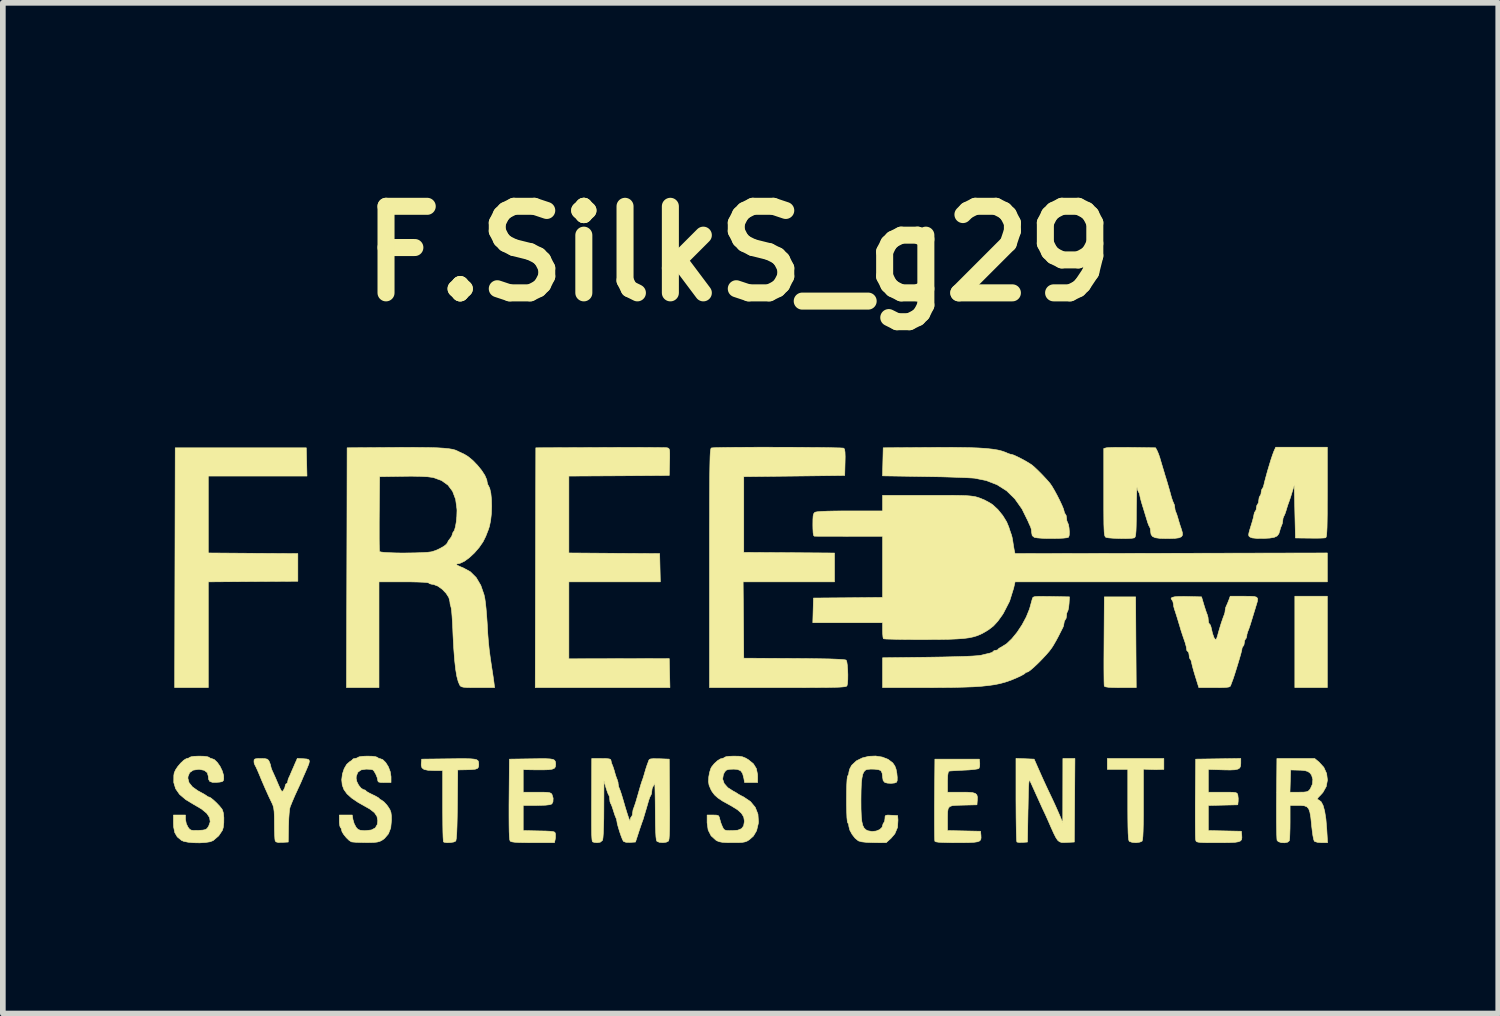
<source format=kicad_pcb>
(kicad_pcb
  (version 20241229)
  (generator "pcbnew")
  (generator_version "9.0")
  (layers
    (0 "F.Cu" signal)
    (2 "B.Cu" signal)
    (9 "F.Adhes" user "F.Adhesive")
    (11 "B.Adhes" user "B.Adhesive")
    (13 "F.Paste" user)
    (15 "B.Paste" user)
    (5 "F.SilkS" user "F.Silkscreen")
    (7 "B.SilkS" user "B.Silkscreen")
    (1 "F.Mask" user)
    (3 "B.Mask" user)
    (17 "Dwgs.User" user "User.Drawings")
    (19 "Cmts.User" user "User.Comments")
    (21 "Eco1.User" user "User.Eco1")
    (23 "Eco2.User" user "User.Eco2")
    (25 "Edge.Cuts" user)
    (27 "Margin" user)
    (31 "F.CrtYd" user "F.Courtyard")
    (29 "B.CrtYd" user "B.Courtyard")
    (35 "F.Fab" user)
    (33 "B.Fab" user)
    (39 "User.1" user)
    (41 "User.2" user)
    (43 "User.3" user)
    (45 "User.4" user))
  (footprint "F.SilkS_g29"
    (layer "F.Cu")
    (at 9.953 1.418)
    (property "Reference" "F.SilkS_g29" (at 0 0 0) (layer "F.SilkS") (effects (font (size 1.524 1.524) (thickness 0.3))))
    (attr through_hole)
    (fp_poly (pts (xy 10.372 7.641) (xy 9.8 7.641) (xy 9.8 6.032) (xy 10.372 6.032) (xy 10.372 7.641)) (stroke (width 0.01) (type solid)) (fill yes) (layer "F.SilkS"))
    (fp_poly (pts (xy -7.603 3.667) (xy -7.597 3.916) (xy -9.335 3.916) (xy -9.335 5.27) (xy -8.546 5.276) (xy -7.758 5.281) (xy -7.758 5.768) (xy -8.546 5.773) (xy -9.335 5.779) (xy -9.335 7.641) (xy -9.927 7.641) (xy -9.917 3.418) (xy -7.609 3.418) (xy -7.603 3.667)) (stroke (width 0.01) (type solid)) (fill yes) (layer "F.SilkS"))
    (fp_poly (pts (xy 7.001 6.842) (xy 7.007 7.641) (xy 6.731 7.641) (xy 6.607 7.64) (xy 6.522 7.636) (xy 6.469 7.628) (xy 6.446 7.617) (xy 6.444 7.615) (xy 6.442 7.588) (xy 6.44 7.524) (xy 6.439 7.427) (xy 6.438 7.303) (xy 6.438 7.156) (xy 6.439 6.992) (xy 6.44 6.816) (xy 6.445 6.043) (xy 6.996 6.043) (xy 7.001 6.842)) (stroke (width 0.01) (type solid)) (fill yes) (layer "F.SilkS"))
    (fp_poly (pts (xy 7.493 9.081) (xy 7.414 9.084) (xy 7.341 9.085) (xy 7.257 9.083) (xy 7.234 9.082) (xy 7.133 9.077) (xy 7.133 9.699) (xy 7.133 9.894) (xy 7.131 10.05) (xy 7.128 10.17) (xy 7.124 10.257) (xy 7.118 10.313) (xy 7.111 10.342) (xy 7.108 10.346) (xy 7.072 10.362) (xy 7.013 10.371) (xy 6.996 10.372) (xy 6.934 10.366) (xy 6.89 10.351) (xy 6.883 10.346) (xy 6.875 10.325) (xy 6.869 10.278) (xy 6.864 10.202) (xy 6.861 10.093) (xy 6.859 9.949) (xy 6.858 9.767) (xy 6.858 9.701) (xy 6.858 9.081) (xy 6.498 9.081) (xy 6.498 8.89) (xy 7.493 8.89) (xy 7.493 9.081)) (stroke (width 0.01) (type solid)) (fill yes) (layer "F.SilkS"))
    (fp_poly (pts (xy -1.824 3.411) (xy -1.656 3.412) (xy -1.511 3.413) (xy -1.394 3.414) (xy -1.31 3.415) (xy -1.262 3.417) (xy -1.253 3.418) (xy -1.233 3.425) (xy -1.219 3.439) (xy -1.211 3.466) (xy -1.209 3.516) (xy -1.209 3.595) (xy -1.211 3.668) (xy -1.217 3.905) (xy -2.101 3.911) (xy -2.985 3.916) (xy -2.985 5.27) (xy -2.185 5.276) (xy -1.386 5.281) (xy -1.38 5.53) (xy -1.374 5.779) (xy -2.985 5.779) (xy -2.985 7.134) (xy -2.101 7.132) (xy -1.217 7.13) (xy -1.211 7.386) (xy -1.205 7.641) (xy -3.577 7.641) (xy -3.567 3.418) (xy -2.434 3.413) (xy -2.218 3.412) (xy -2.013 3.411) (xy -1.824 3.411)) (stroke (width 0.01) (type solid)) (fill yes) (layer "F.SilkS"))
    (fp_poly (pts (xy -4.716 8.895) (xy -4.652 8.901) (xy -4.61 8.911) (xy -4.587 8.926) (xy -4.576 8.948) (xy -4.573 8.978) (xy -4.572 9.002) (xy -4.576 9.039) (xy -4.594 9.064) (xy -4.633 9.078) (xy -4.701 9.085) (xy -4.79 9.088) (xy -4.942 9.091) (xy -4.948 9.703) (xy -4.951 9.915) (xy -4.955 10.084) (xy -4.96 10.211) (xy -4.967 10.296) (xy -4.975 10.339) (xy -4.977 10.343) (xy -5.011 10.36) (xy -5.067 10.369) (xy -5.129 10.372) (xy -5.178 10.365) (xy -5.193 10.358) (xy -5.196 10.334) (xy -5.2 10.273) (xy -5.203 10.18) (xy -5.205 10.062) (xy -5.206 9.922) (xy -5.207 9.767) (xy -5.207 9.723) (xy -5.207 9.102) (xy -5.362 9.102) (xy -5.466 9.097) (xy -5.534 9.083) (xy -5.572 9.054) (xy -5.585 9.008) (xy -5.584 8.974) (xy -5.577 8.901) (xy -5.092 8.895) (xy -4.931 8.893) (xy -4.807 8.893) (xy -4.716 8.895)) (stroke (width 0.01) (type solid)) (fill yes) (layer "F.SilkS"))
    (fp_poly (pts (xy 8.848 8.975) (xy 8.844 9.022) (xy 8.83 9.055) (xy 8.798 9.076) (xy 8.744 9.088) (xy 8.66 9.092) (xy 8.542 9.09) (xy 8.514 9.089) (xy 8.276 9.082) (xy 8.276 9.483) (xy 8.53 9.483) (xy 8.637 9.483) (xy 8.709 9.485) (xy 8.754 9.49) (xy 8.778 9.499) (xy 8.79 9.514) (xy 8.796 9.533) (xy 8.803 9.593) (xy 8.802 9.644) (xy 8.795 9.705) (xy 8.535 9.711) (xy 8.276 9.717) (xy 8.276 10.159) (xy 8.567 10.165) (xy 8.858 10.171) (xy 8.865 10.241) (xy 8.867 10.285) (xy 8.862 10.318) (xy 8.843 10.341) (xy 8.806 10.356) (xy 8.745 10.366) (xy 8.655 10.37) (xy 8.53 10.372) (xy 8.443 10.372) (xy 8.309 10.372) (xy 8.21 10.371) (xy 8.142 10.368) (xy 8.099 10.363) (xy 8.073 10.356) (xy 8.061 10.345) (xy 8.055 10.329) (xy 8.054 10.324) (xy 8.051 10.292) (xy 8.049 10.223) (xy 8.048 10.122) (xy 8.047 9.996) (xy 8.047 9.848) (xy 8.047 9.686) (xy 8.048 9.588) (xy 8.054 8.901) (xy 8.451 8.895) (xy 8.848 8.889) (xy 8.848 8.975)) (stroke (width 0.01) (type solid)) (fill yes) (layer "F.SilkS"))
    (fp_poly (pts (xy 5.049 8.894) (xy 5.209 8.901) (xy 5.293 9.091) (xy 5.335 9.186) (xy 5.371 9.266) (xy 5.406 9.342) (xy 5.445 9.426) (xy 5.494 9.529) (xy 5.533 9.611) (xy 5.577 9.706) (xy 5.622 9.807) (xy 5.659 9.892) (xy 5.661 9.896) (xy 5.713 10.022) (xy 5.714 9.456) (xy 5.715 8.89) (xy 5.927 8.89) (xy 5.922 9.626) (xy 5.916 10.361) (xy 5.793 10.367) (xy 5.734 10.37) (xy 5.69 10.368) (xy 5.654 10.355) (xy 5.622 10.328) (xy 5.591 10.281) (xy 5.554 10.208) (xy 5.508 10.106) (xy 5.467 10.012) (xy 5.443 9.958) (xy 5.408 9.88) (xy 5.367 9.793) (xy 5.355 9.768) (xy 5.142 9.297) (xy 5.133 9.28) (xy 5.125 9.276) (xy 5.12 9.291) (xy 5.115 9.327) (xy 5.111 9.39) (xy 5.108 9.482) (xy 5.105 9.609) (xy 5.102 9.773) (xy 5.101 9.794) (xy 5.091 10.361) (xy 5.005 10.367) (xy 4.948 10.368) (xy 4.91 10.362) (xy 4.905 10.359) (xy 4.901 10.335) (xy 4.898 10.273) (xy 4.895 10.179) (xy 4.893 10.058) (xy 4.891 9.915) (xy 4.89 9.753) (xy 4.889 9.616) (xy 4.889 8.888) (xy 5.049 8.894)) (stroke (width 0.01) (type solid)) (fill yes) (layer "F.SilkS"))
    (fp_poly (pts (xy -3.391 8.893) (xy -3.316 8.897) (xy -3.266 8.905) (xy -3.237 8.92) (xy -3.223 8.943) (xy -3.218 8.974) (xy -3.218 9.002) (xy -3.223 9.037) (xy -3.241 9.062) (xy -3.28 9.078) (xy -3.345 9.087) (xy -3.441 9.09) (xy -3.551 9.09) (xy -3.789 9.086) (xy -3.789 9.483) (xy -3.546 9.483) (xy -3.44 9.483) (xy -3.369 9.486) (xy -3.325 9.492) (xy -3.299 9.503) (xy -3.284 9.519) (xy -3.282 9.524) (xy -3.262 9.588) (xy -3.265 9.651) (xy -3.285 9.69) (xy -3.321 9.703) (xy -3.399 9.712) (xy -3.517 9.715) (xy -3.55 9.716) (xy -3.789 9.716) (xy -3.789 10.159) (xy -3.508 10.165) (xy -3.395 10.167) (xy -3.317 10.171) (xy -3.267 10.176) (xy -3.24 10.184) (xy -3.227 10.197) (xy -3.222 10.216) (xy -3.221 10.22) (xy -3.221 10.282) (xy -3.227 10.321) (xy -3.239 10.372) (xy -3.617 10.372) (xy -3.761 10.371) (xy -3.867 10.369) (xy -3.941 10.364) (xy -3.989 10.357) (xy -4.014 10.347) (xy -4.019 10.343) (xy -4.027 10.319) (xy -4.032 10.265) (xy -4.036 10.18) (xy -4.038 10.06) (xy -4.039 9.903) (xy -4.039 9.707) (xy -4.038 9.607) (xy -4.032 8.901) (xy -3.642 8.895) (xy -3.498 8.893) (xy -3.391 8.893)) (stroke (width 0.01) (type solid)) (fill yes) (layer "F.SilkS"))
    (fp_poly (pts (xy 4.251 8.972) (xy 4.25 9.027) (xy 4.237 9.064) (xy 4.236 9.065) (xy 4.207 9.074) (xy 4.146 9.083) (xy 4.061 9.091) (xy 3.975 9.095) (xy 3.877 9.1) (xy 3.793 9.105) (xy 3.734 9.109) (xy 3.709 9.113) (xy 3.695 9.135) (xy 3.686 9.192) (xy 3.683 9.287) (xy 3.683 9.302) (xy 3.683 9.483) (xy 3.924 9.483) (xy 4.041 9.484) (xy 4.122 9.49) (xy 4.173 9.505) (xy 4.2 9.53) (xy 4.21 9.57) (xy 4.208 9.624) (xy 4.202 9.705) (xy 3.955 9.711) (xy 3.844 9.714) (xy 3.768 9.72) (xy 3.721 9.737) (xy 3.695 9.771) (xy 3.685 9.829) (xy 3.683 9.918) (xy 3.683 9.985) (xy 3.683 10.159) (xy 3.974 10.165) (xy 4.265 10.171) (xy 4.272 10.241) (xy 4.274 10.285) (xy 4.269 10.317) (xy 4.25 10.341) (xy 4.213 10.356) (xy 4.152 10.365) (xy 4.062 10.37) (xy 3.938 10.372) (xy 3.849 10.372) (xy 3.704 10.371) (xy 3.597 10.368) (xy 3.524 10.364) (xy 3.48 10.357) (xy 3.461 10.347) (xy 3.46 10.345) (xy 3.458 10.318) (xy 3.456 10.254) (xy 3.455 10.158) (xy 3.454 10.035) (xy 3.454 9.89) (xy 3.454 9.729) (xy 3.455 9.61) (xy 3.461 8.901) (xy 4.244 8.901) (xy 4.251 8.972)) (stroke (width 0.01) (type solid)) (fill yes) (layer "F.SilkS"))
    (fp_poly (pts (xy 10.226 8.953) (xy 10.311 9.046) (xy 10.36 9.155) (xy 10.374 9.27) (xy 10.353 9.383) (xy 10.295 9.487) (xy 10.262 9.524) (xy 10.216 9.571) (xy 10.197 9.598) (xy 10.204 9.613) (xy 10.219 9.619) (xy 10.262 9.65) (xy 10.297 9.715) (xy 10.325 9.816) (xy 10.347 9.955) (xy 10.362 10.134) (xy 10.376 10.372) (xy 10.271 10.372) (xy 10.199 10.366) (xy 10.151 10.351) (xy 10.142 10.343) (xy 10.131 10.312) (xy 10.118 10.248) (xy 10.106 10.16) (xy 10.094 10.058) (xy 10.094 10.052) (xy 10.081 9.926) (xy 10.065 9.836) (xy 10.044 9.776) (xy 10.012 9.74) (xy 9.965 9.722) (xy 9.899 9.716) (xy 9.851 9.716) (xy 9.716 9.716) (xy 9.716 10.01) (xy 9.715 10.12) (xy 9.712 10.216) (xy 9.709 10.29) (xy 9.704 10.333) (xy 9.703 10.338) (xy 9.673 10.363) (xy 9.62 10.374) (xy 9.561 10.371) (xy 9.51 10.354) (xy 9.487 10.331) (xy 9.484 10.3) (xy 9.481 10.233) (xy 9.479 10.134) (xy 9.477 10.008) (xy 9.477 9.861) (xy 9.477 9.699) (xy 9.478 9.59) (xy 9.479 9.483) (xy 9.714 9.483) (xy 9.872 9.483) (xy 9.954 9.482) (xy 10.005 9.476) (xy 10.037 9.463) (xy 10.062 9.438) (xy 10.074 9.421) (xy 10.11 9.341) (xy 10.117 9.257) (xy 10.094 9.181) (xy 10.067 9.146) (xy 10.03 9.119) (xy 9.982 9.104) (xy 9.91 9.096) (xy 9.871 9.095) (xy 9.726 9.091) (xy 9.714 9.483) (xy 9.479 9.483) (xy 9.484 8.89) (xy 10.15 8.89) (xy 10.226 8.953)) (stroke (width 0.01) (type solid)) (fill yes) (layer "F.SilkS"))
    (fp_poly (pts (xy 3.871 3.412) (xy 4.065 3.415) (xy 4.227 3.421) (xy 4.363 3.43) (xy 4.475 3.442) (xy 4.568 3.457) (xy 4.644 3.476) (xy 4.709 3.499) (xy 4.746 3.516) (xy 4.793 3.532) (xy 4.813 3.535) (xy 4.846 3.545) (xy 4.904 3.571) (xy 4.976 3.607) (xy 5.052 3.648) (xy 5.12 3.688) (xy 5.17 3.721) (xy 5.173 3.723) (xy 5.221 3.765) (xy 5.287 3.828) (xy 5.36 3.902) (xy 5.428 3.975) (xy 5.483 4.038) (xy 5.488 4.044) (xy 5.523 4.095) (xy 5.566 4.168) (xy 5.613 4.254) (xy 5.658 4.343) (xy 5.697 4.426) (xy 5.725 4.493) (xy 5.736 4.533) (xy 5.736 4.535) (xy 5.748 4.573) (xy 5.757 4.583) (xy 5.773 4.611) (xy 5.779 4.654) (xy 5.785 4.704) (xy 5.797 4.732) (xy 5.813 4.769) (xy 5.824 4.83) (xy 5.829 4.898) (xy 5.827 4.957) (xy 5.816 4.992) (xy 5.815 4.992) (xy 5.785 5.002) (xy 5.723 5.009) (xy 5.637 5.013) (xy 5.54 5.015) (xy 5.439 5.015) (xy 5.345 5.011) (xy 5.268 5.005) (xy 5.218 4.997) (xy 5.212 4.995) (xy 5.175 4.965) (xy 5.165 4.911) (xy 5.159 4.852) (xy 5.146 4.81) (xy 5.124 4.764) (xy 5.101 4.71) (xy 4.995 4.495) (xy 4.869 4.317) (xy 4.724 4.175) (xy 4.555 4.068) (xy 4.363 3.994) (xy 4.159 3.953) (xy 4.103 3.949) (xy 4.01 3.944) (xy 3.887 3.939) (xy 3.741 3.934) (xy 3.576 3.929) (xy 3.401 3.926) (xy 3.275 3.924) (xy 2.539 3.912) (xy 2.551 3.418) (xy 3.376 3.412) (xy 3.643 3.411) (xy 3.871 3.412)) (stroke (width 0.01) (type solid)) (fill yes) (layer "F.SilkS"))
    (fp_poly (pts (xy 10.372 4.199) (xy 10.371 4.409) (xy 10.371 4.58) (xy 10.369 4.716) (xy 10.367 4.821) (xy 10.363 4.898) (xy 10.359 4.951) (xy 10.353 4.984) (xy 10.346 4.999) (xy 10.343 5.002) (xy 10.311 5.006) (xy 10.247 5.009) (xy 10.159 5.01) (xy 10.062 5.009) (xy 9.811 5.006) (xy 9.8 4.541) (xy 9.79 4.076) (xy 9.751 4.202) (xy 9.728 4.277) (xy 9.707 4.34) (xy 9.696 4.371) (xy 9.679 4.417) (xy 9.658 4.483) (xy 9.651 4.508) (xy 9.631 4.57) (xy 9.612 4.614) (xy 9.606 4.624) (xy 9.592 4.66) (xy 9.588 4.693) (xy 9.58 4.749) (xy 9.569 4.779) (xy 9.549 4.827) (xy 9.536 4.874) (xy 9.518 4.932) (xy 9.487 4.971) (xy 9.436 4.995) (xy 9.358 5.008) (xy 9.248 5.014) (xy 9.129 5.013) (xy 9.05 5.005) (xy 9.011 4.99) (xy 8.993 4.975) (xy 8.986 4.954) (xy 8.991 4.918) (xy 9.007 4.858) (xy 9.027 4.794) (xy 9.052 4.712) (xy 9.071 4.642) (xy 9.08 4.596) (xy 9.081 4.589) (xy 9.092 4.551) (xy 9.102 4.54) (xy 9.118 4.511) (xy 9.123 4.477) (xy 9.131 4.432) (xy 9.144 4.413) (xy 9.159 4.385) (xy 9.165 4.339) (xy 9.172 4.291) (xy 9.186 4.265) (xy 9.203 4.236) (xy 9.207 4.202) (xy 9.215 4.158) (xy 9.226 4.14) (xy 9.243 4.112) (xy 9.255 4.07) (xy 9.269 4.01) (xy 9.292 3.924) (xy 9.32 3.822) (xy 9.352 3.716) (xy 9.382 3.617) (xy 9.41 3.535) (xy 9.43 3.481) (xy 9.432 3.477) (xy 9.463 3.408) (xy 10.372 3.408) (xy 10.372 4.199)) (stroke (width 0.01) (type solid)) (fill yes) (layer "F.SilkS"))
    (fp_poly (pts (xy 0.725 3.409) (xy 0.917 3.409) (xy 1.104 3.41) (xy 1.281 3.412) (xy 1.443 3.413) (xy 1.584 3.415) (xy 1.702 3.418) (xy 1.789 3.42) (xy 1.843 3.423) (xy 1.858 3.426) (xy 1.871 3.447) (xy 1.878 3.494) (xy 1.881 3.574) (xy 1.879 3.674) (xy 1.873 3.905) (xy 0.984 3.916) (xy 0.095 3.926) (xy 0.095 5.26) (xy 0.894 5.265) (xy 1.693 5.271) (xy 1.693 5.779) (xy 0.084 5.779) (xy 0.09 6.451) (xy 0.095 7.123) (xy 0.982 7.128) (xy 1.231 7.13) (xy 1.438 7.133) (xy 1.605 7.136) (xy 1.734 7.141) (xy 1.825 7.146) (xy 1.879 7.152) (xy 1.898 7.157) (xy 1.91 7.187) (xy 1.919 7.248) (xy 1.925 7.328) (xy 1.928 7.416) (xy 1.927 7.5) (xy 1.922 7.569) (xy 1.913 7.608) (xy 1.907 7.615) (xy 1.893 7.621) (xy 1.867 7.626) (xy 1.826 7.63) (xy 1.768 7.634) (xy 1.688 7.636) (xy 1.584 7.638) (xy 1.452 7.639) (xy 1.289 7.64) (xy 1.093 7.641) (xy 0.859 7.641) (xy 0.696 7.641) (xy -0.508 7.641) (xy -0.508 5.537) (xy -0.508 5.19) (xy -0.508 4.883) (xy -0.507 4.614) (xy -0.507 4.379) (xy -0.506 4.177) (xy -0.505 4.006) (xy -0.504 3.862) (xy -0.502 3.743) (xy -0.5 3.648) (xy -0.498 3.573) (xy -0.495 3.516) (xy -0.491 3.475) (xy -0.487 3.448) (xy -0.483 3.431) (xy -0.477 3.422) (xy -0.475 3.421) (xy -0.446 3.418) (xy -0.38 3.415) (xy -0.281 3.413) (xy -0.155 3.411) (xy -0.006 3.41) (xy 0.161 3.409) (xy 0.342 3.408) (xy 0.531 3.408) (xy 0.725 3.409)) (stroke (width 0.01) (type solid)) (fill yes) (layer "F.SilkS"))
    (fp_poly (pts (xy 5.421 6.036) (xy 5.51 6.037) (xy 5.831 6.043) (xy 5.824 6.16) (xy 5.817 6.228) (xy 5.806 6.279) (xy 5.798 6.296) (xy 5.783 6.331) (xy 5.779 6.374) (xy 5.772 6.421) (xy 5.757 6.445) (xy 5.74 6.475) (xy 5.736 6.5) (xy 5.726 6.555) (xy 5.717 6.578) (xy 5.698 6.616) (xy 5.667 6.677) (xy 5.64 6.731) (xy 5.595 6.815) (xy 5.545 6.901) (xy 5.518 6.943) (xy 5.477 6.998) (xy 5.418 7.066) (xy 5.349 7.14) (xy 5.277 7.213) (xy 5.207 7.279) (xy 5.148 7.33) (xy 5.106 7.361) (xy 5.092 7.366) (xy 5.061 7.376) (xy 5.055 7.383) (xy 5.031 7.403) (xy 4.977 7.433) (xy 4.904 7.467) (xy 4.821 7.502) (xy 4.74 7.532) (xy 4.699 7.545) (xy 4.611 7.569) (xy 4.515 7.589) (xy 4.408 7.604) (xy 4.286 7.617) (xy 4.142 7.627) (xy 3.974 7.633) (xy 3.776 7.638) (xy 3.544 7.64) (xy 3.339 7.641) (xy 2.54 7.641) (xy 2.54 7.116) (xy 3.36 7.106) (xy 3.601 7.102) (xy 3.808 7.097) (xy 3.98 7.092) (xy 4.116 7.086) (xy 4.213 7.079) (xy 4.27 7.072) (xy 4.276 7.071) (xy 4.348 7.053) (xy 4.413 7.038) (xy 4.429 7.034) (xy 4.471 7.02) (xy 4.487 7.004) (xy 4.505 6.989) (xy 4.53 6.985) (xy 4.564 6.978) (xy 4.572 6.969) (xy 4.589 6.95) (xy 4.631 6.927) (xy 4.635 6.925) (xy 4.724 6.869) (xy 4.817 6.78) (xy 4.91 6.666) (xy 4.996 6.536) (xy 5.07 6.398) (xy 5.126 6.26) (xy 5.14 6.212) (xy 5.158 6.145) (xy 5.174 6.088) (xy 5.176 6.08) (xy 5.182 6.061) (xy 5.194 6.048) (xy 5.217 6.04) (xy 5.258 6.036) (xy 5.324 6.035) (xy 5.421 6.036)) (stroke (width 0.01) (type solid)) (fill yes) (layer "F.SilkS"))
    (fp_poly (pts (xy -7.656 8.894) (xy -7.598 8.899) (xy -7.564 8.911) (xy -7.554 8.937) (xy -7.564 8.984) (xy -7.595 9.06) (xy -7.612 9.099) (xy -7.643 9.17) (xy -7.67 9.231) (xy -7.682 9.26) (xy -7.699 9.3) (xy -7.728 9.364) (xy -7.764 9.441) (xy -7.768 9.451) (xy -7.804 9.528) (xy -7.833 9.595) (xy -7.851 9.638) (xy -7.853 9.641) (xy -7.874 9.694) (xy -7.892 9.737) (xy -7.902 9.777) (xy -7.91 9.85) (xy -7.917 9.946) (xy -7.921 10.055) (xy -7.922 10.075) (xy -7.927 10.361) (xy -8.035 10.367) (xy -8.104 10.368) (xy -8.142 10.358) (xy -8.157 10.339) (xy -8.162 10.306) (xy -8.166 10.239) (xy -8.169 10.149) (xy -8.17 10.044) (xy -8.17 10.033) (xy -8.171 9.913) (xy -8.175 9.826) (xy -8.183 9.763) (xy -8.196 9.715) (xy -8.211 9.68) (xy -8.268 9.561) (xy -8.332 9.419) (xy -8.396 9.271) (xy -8.435 9.176) (xy -8.467 9.101) (xy -8.494 9.042) (xy -8.511 9.009) (xy -8.513 9.007) (xy -8.527 8.972) (xy -8.53 8.939) (xy -8.527 8.911) (xy -8.51 8.897) (xy -8.469 8.891) (xy -8.408 8.89) (xy -8.338 8.892) (xy -8.298 8.901) (xy -8.274 8.921) (xy -8.26 8.947) (xy -8.241 8.996) (xy -8.234 9.029) (xy -8.225 9.064) (xy -8.205 9.114) (xy -8.204 9.114) (xy -8.176 9.176) (xy -8.144 9.247) (xy -8.141 9.255) (xy -8.099 9.353) (xy -8.07 9.418) (xy -8.05 9.455) (xy -8.037 9.469) (xy -8.026 9.466) (xy -8.014 9.451) (xy -8.01 9.447) (xy -7.986 9.4) (xy -7.981 9.372) (xy -7.97 9.34) (xy -7.959 9.335) (xy -7.94 9.317) (xy -7.938 9.302) (xy -7.928 9.256) (xy -7.919 9.234) (xy -7.896 9.185) (xy -7.879 9.144) (xy -7.857 9.093) (xy -7.827 9.025) (xy -7.812 8.989) (xy -7.767 8.888) (xy -7.656 8.894)) (stroke (width 0.01) (type solid)) (fill yes) (layer "F.SilkS"))
    (fp_poly (pts (xy 2.533 8.864) (xy 2.636 8.904) (xy 2.718 8.966) (xy 2.756 9.021) (xy 2.777 9.077) (xy 2.791 9.149) (xy 2.798 9.221) (xy 2.797 9.279) (xy 2.786 9.307) (xy 2.751 9.321) (xy 2.693 9.327) (xy 2.63 9.324) (xy 2.583 9.313) (xy 2.58 9.312) (xy 2.55 9.278) (xy 2.54 9.216) (xy 2.54 9.209) (xy 2.532 9.147) (xy 2.511 9.105) (xy 2.508 9.102) (xy 2.469 9.087) (xy 2.404 9.078) (xy 2.333 9.076) (xy 2.271 9.082) (xy 2.243 9.091) (xy 2.214 9.119) (xy 2.192 9.163) (xy 2.177 9.231) (xy 2.166 9.325) (xy 2.161 9.452) (xy 2.159 9.616) (xy 2.159 9.62) (xy 2.16 9.782) (xy 2.165 9.908) (xy 2.175 10.001) (xy 2.191 10.068) (xy 2.214 10.114) (xy 2.245 10.144) (xy 2.279 10.162) (xy 2.353 10.175) (xy 2.427 10.167) (xy 2.49 10.141) (xy 2.531 10.101) (xy 2.54 10.068) (xy 2.552 10.031) (xy 2.561 10.022) (xy 2.576 9.994) (xy 2.582 9.946) (xy 2.584 9.909) (xy 2.597 9.891) (xy 2.631 9.886) (xy 2.693 9.889) (xy 2.805 9.895) (xy 2.811 9.973) (xy 2.803 10.103) (xy 2.756 10.215) (xy 2.688 10.295) (xy 2.603 10.372) (xy 2.386 10.371) (xy 2.261 10.367) (xy 2.172 10.357) (xy 2.116 10.341) (xy 2.111 10.338) (xy 2.056 10.293) (xy 2.004 10.227) (xy 1.964 10.154) (xy 1.947 10.091) (xy 1.947 10.088) (xy 1.94 10.043) (xy 1.926 10.022) (xy 1.919 9.997) (xy 1.912 9.933) (xy 1.908 9.835) (xy 1.905 9.708) (xy 1.905 9.61) (xy 1.906 9.465) (xy 1.909 9.347) (xy 1.914 9.261) (xy 1.921 9.209) (xy 1.926 9.197) (xy 1.942 9.168) (xy 1.947 9.129) (xy 1.96 9.076) (xy 1.991 9.017) (xy 1.999 9.006) (xy 2.079 8.931) (xy 2.181 8.88) (xy 2.297 8.851) (xy 2.417 8.846) (xy 2.533 8.864)) (stroke (width 0.01) (type solid)) (fill yes) (layer "F.SilkS"))
    (fp_poly (pts (xy 3.527 4.255) (xy 3.694 4.255) (xy 3.828 4.256) (xy 3.933 4.258) (xy 4.016 4.261) (xy 4.08 4.266) (xy 4.13 4.272) (xy 4.172 4.279) (xy 4.209 4.289) (xy 4.24 4.299) (xy 4.332 4.336) (xy 4.425 4.386) (xy 4.479 4.421) (xy 4.57 4.505) (xy 4.656 4.611) (xy 4.725 4.723) (xy 4.763 4.815) (xy 4.784 4.88) (xy 4.803 4.934) (xy 4.806 4.942) (xy 4.82 4.991) (xy 4.832 5.057) (xy 4.834 5.069) (xy 4.845 5.143) (xy 4.857 5.211) (xy 4.858 5.218) (xy 4.872 5.281) (xy 7.622 5.276) (xy 10.372 5.27) (xy 10.372 5.779) (xy 4.873 5.779) (xy 4.848 5.89) (xy 4.776 6.121) (xy 4.668 6.331) (xy 4.649 6.361) (xy 4.569 6.472) (xy 4.493 6.555) (xy 4.408 6.621) (xy 4.327 6.67) (xy 4.266 6.702) (xy 4.203 6.728) (xy 4.136 6.748) (xy 4.059 6.764) (xy 3.966 6.776) (xy 3.853 6.784) (xy 3.714 6.79) (xy 3.545 6.793) (xy 3.341 6.794) (xy 3.247 6.794) (xy 3.082 6.794) (xy 2.93 6.793) (xy 2.797 6.791) (xy 2.688 6.788) (xy 2.608 6.786) (xy 2.563 6.782) (xy 2.554 6.78) (xy 2.547 6.753) (xy 2.542 6.697) (xy 2.54 6.632) (xy 2.54 6.498) (xy 1.311 6.498) (xy 1.317 6.281) (xy 1.323 6.064) (xy 1.931 6.059) (xy 2.54 6.053) (xy 2.54 4.977) (xy 1.953 4.977) (xy 1.798 4.976) (xy 1.657 4.976) (xy 1.535 4.976) (xy 1.438 4.976) (xy 1.371 4.975) (xy 1.34 4.975) (xy 1.339 4.975) (xy 1.325 4.961) (xy 1.317 4.917) (xy 1.313 4.839) (xy 1.312 4.774) (xy 1.313 4.679) (xy 1.317 4.617) (xy 1.326 4.581) (xy 1.341 4.56) (xy 1.353 4.552) (xy 1.388 4.545) (xy 1.461 4.539) (xy 1.571 4.534) (xy 1.713 4.531) (xy 1.883 4.53) (xy 1.967 4.53) (xy 2.54 4.53) (xy 2.54 4.255) (xy 3.323 4.255) (xy 3.527 4.255)) (stroke (width 0.01) (type solid)) (fill yes) (layer "F.SilkS"))
    (fp_poly (pts (xy 0.011 8.85) (xy 0.073 8.86) (xy 0.127 8.882) (xy 0.175 8.91) (xy 0.264 8.982) (xy 0.317 9.067) (xy 0.338 9.172) (xy 0.339 9.206) (xy 0.339 9.313) (xy 0.11 9.313) (xy 0.096 9.234) (xy 0.074 9.152) (xy 0.039 9.104) (xy -0.02 9.081) (xy -0.081 9.077) (xy -0.16 9.08) (xy -0.209 9.093) (xy -0.24 9.124) (xy -0.264 9.172) (xy -0.277 9.251) (xy -0.25 9.33) (xy -0.186 9.403) (xy -0.095 9.461) (xy -0.049 9.486) (xy -0.022 9.503) (xy -0.021 9.504) (xy 0.002 9.519) (xy 0.051 9.546) (xy 0.091 9.566) (xy 0.212 9.647) (xy 0.297 9.749) (xy 0.345 9.87) (xy 0.354 10.005) (xy 0.351 10.035) (xy 0.321 10.161) (xy 0.265 10.256) (xy 0.194 10.319) (xy 0.156 10.343) (xy 0.117 10.358) (xy 0.067 10.367) (xy -0.004 10.371) (xy -0.105 10.371) (xy -0.211 10.37) (xy -0.285 10.365) (xy -0.337 10.355) (xy -0.377 10.339) (xy -0.395 10.328) (xy -0.48 10.251) (xy -0.532 10.149) (xy -0.55 10.021) (xy -0.55 10.011) (xy -0.55 9.885) (xy -0.446 9.885) (xy -0.384 9.887) (xy -0.351 9.897) (xy -0.335 9.923) (xy -0.328 9.954) (xy -0.308 10.024) (xy -0.281 10.091) (xy -0.262 10.128) (xy -0.24 10.149) (xy -0.203 10.158) (xy -0.139 10.16) (xy -0.111 10.16) (xy -0.01 10.152) (xy 0.056 10.125) (xy 0.093 10.076) (xy 0.106 10) (xy 0.106 9.988) (xy 0.094 9.918) (xy 0.054 9.854) (xy -0.016 9.791) (xy -0.123 9.725) (xy -0.159 9.705) (xy -0.275 9.641) (xy -0.359 9.585) (xy -0.419 9.531) (xy -0.463 9.473) (xy -0.487 9.429) (xy -0.516 9.359) (xy -0.526 9.295) (xy -0.521 9.214) (xy -0.521 9.212) (xy -0.507 9.135) (xy -0.486 9.068) (xy -0.473 9.041) (xy -0.424 8.98) (xy -0.367 8.928) (xy -0.315 8.896) (xy -0.292 8.891) (xy -0.254 8.879) (xy -0.243 8.869) (xy -0.217 8.858) (xy -0.161 8.851) (xy -0.085 8.848) (xy -0.077 8.848) (xy 0.011 8.85)) (stroke (width 0.01) (type solid)) (fill yes) (layer "F.SilkS"))
    (fp_poly (pts (xy 6.933 3.412) (xy 6.939 3.412) (xy 7.348 3.418) (xy 7.376 3.471) (xy 7.4 3.527) (xy 7.424 3.597) (xy 7.427 3.609) (xy 7.444 3.667) (xy 7.469 3.751) (xy 7.498 3.847) (xy 7.512 3.895) (xy 7.545 4.001) (xy 7.577 4.11) (xy 7.604 4.205) (xy 7.611 4.233) (xy 7.632 4.306) (xy 7.652 4.363) (xy 7.665 4.391) (xy 7.68 4.427) (xy 7.684 4.46) (xy 7.692 4.516) (xy 7.703 4.546) (xy 7.72 4.588) (xy 7.74 4.652) (xy 7.747 4.678) (xy 7.767 4.745) (xy 7.785 4.802) (xy 7.79 4.815) (xy 7.808 4.87) (xy 7.82 4.915) (xy 7.821 4.956) (xy 7.803 4.984) (xy 7.76 5.003) (xy 7.686 5.013) (xy 7.576 5.016) (xy 7.54 5.016) (xy 7.424 5.013) (xy 7.344 5.002) (xy 7.294 4.98) (xy 7.268 4.944) (xy 7.26 4.891) (xy 7.26 4.887) (xy 7.254 4.838) (xy 7.243 4.814) (xy 7.226 4.782) (xy 7.206 4.728) (xy 7.201 4.71) (xy 7.182 4.648) (xy 7.156 4.563) (xy 7.128 4.471) (xy 7.123 4.456) (xy 7.098 4.374) (xy 7.08 4.305) (xy 7.07 4.261) (xy 7.07 4.254) (xy 7.058 4.212) (xy 7.05 4.201) (xy 7.033 4.166) (xy 7.022 4.117) (xy 7.019 4.118) (xy 7.016 4.157) (xy 7.014 4.228) (xy 7.012 4.327) (xy 7.01 4.448) (xy 7.009 4.522) (xy 7.008 4.677) (xy 7.006 4.794) (xy 7.003 4.88) (xy 6.998 4.938) (xy 6.992 4.975) (xy 6.983 4.995) (xy 6.973 5.004) (xy 6.931 5.011) (xy 6.861 5.015) (xy 6.773 5.016) (xy 6.679 5.014) (xy 6.591 5.01) (xy 6.519 5.004) (xy 6.476 4.996) (xy 6.472 4.994) (xy 6.462 4.985) (xy 6.454 4.97) (xy 6.448 4.944) (xy 6.443 4.904) (xy 6.44 4.843) (xy 6.437 4.76) (xy 6.436 4.649) (xy 6.435 4.507) (xy 6.435 4.329) (xy 6.435 4.201) (xy 6.435 3.43) (xy 6.482 3.418) (xy 6.518 3.415) (xy 6.588 3.412) (xy 6.686 3.411) (xy 6.803 3.411) (xy 6.933 3.412)) (stroke (width 0.01) (type solid)) (fill yes) (layer "F.SilkS"))
    (fp_poly (pts (xy -9.416 8.85) (xy -9.356 8.857) (xy -9.325 8.867) (xy -9.324 8.869) (xy -9.293 8.888) (xy -9.278 8.89) (xy -9.228 8.909) (xy -9.176 8.959) (xy -9.127 9.029) (xy -9.088 9.11) (xy -9.065 9.189) (xy -9.063 9.251) (xy -9.071 9.281) (xy -9.093 9.298) (xy -9.14 9.306) (xy -9.184 9.309) (xy -9.263 9.309) (xy -9.309 9.293) (xy -9.33 9.255) (xy -9.334 9.205) (xy -9.352 9.14) (xy -9.405 9.098) (xy -9.491 9.081) (xy -9.51 9.081) (xy -9.601 9.095) (xy -9.663 9.138) (xy -9.692 9.208) (xy -9.694 9.239) (xy -9.674 9.315) (xy -9.615 9.389) (xy -9.52 9.457) (xy -9.472 9.483) (xy -9.413 9.515) (xy -9.371 9.541) (xy -9.359 9.551) (xy -9.335 9.566) (xy -9.323 9.567) (xy -9.293 9.582) (xy -9.245 9.62) (xy -9.19 9.671) (xy -9.137 9.727) (xy -9.096 9.778) (xy -9.086 9.795) (xy -9.069 9.851) (xy -9.061 9.932) (xy -9.062 10.021) (xy -9.071 10.103) (xy -9.086 10.154) (xy -9.152 10.252) (xy -9.249 10.335) (xy -9.303 10.356) (xy -9.386 10.369) (xy -9.487 10.375) (xy -9.592 10.373) (xy -9.691 10.364) (xy -9.769 10.348) (xy -9.808 10.331) (xy -9.881 10.27) (xy -9.925 10.195) (xy -9.945 10.097) (xy -9.948 10.028) (xy -9.948 9.885) (xy -9.737 9.885) (xy -9.737 9.961) (xy -9.722 10.038) (xy -9.692 10.099) (xy -9.666 10.133) (xy -9.638 10.151) (xy -9.596 10.157) (xy -9.528 10.156) (xy -9.508 10.156) (xy -9.432 10.151) (xy -9.386 10.142) (xy -9.357 10.123) (xy -9.333 10.089) (xy -9.328 10.08) (xy -9.301 10.004) (xy -9.312 9.93) (xy -9.361 9.856) (xy -9.451 9.781) (xy -9.581 9.704) (xy -9.586 9.702) (xy -9.733 9.613) (xy -9.841 9.521) (xy -9.91 9.422) (xy -9.943 9.312) (xy -9.942 9.189) (xy -9.935 9.144) (xy -9.913 9.093) (xy -9.872 9.031) (xy -9.82 8.97) (xy -9.768 8.921) (xy -9.723 8.893) (xy -9.71 8.89) (xy -9.673 8.879) (xy -9.663 8.869) (xy -9.636 8.859) (xy -9.58 8.851) (xy -9.504 8.848) (xy -9.493 8.848) (xy -9.416 8.85)) (stroke (width 0.01) (type solid)) (fill yes) (layer "F.SilkS"))
    (fp_poly (pts (xy 9.013 6.033) (xy 9.087 6.037) (xy 9.129 6.05) (xy 9.145 6.076) (xy 9.141 6.12) (xy 9.122 6.185) (xy 9.115 6.206) (xy 9.095 6.273) (xy 9.068 6.361) (xy 9.04 6.453) (xy 9.039 6.456) (xy 9.014 6.537) (xy 8.991 6.605) (xy 8.974 6.648) (xy 8.972 6.651) (xy 8.956 6.705) (xy 8.954 6.729) (xy 8.944 6.77) (xy 8.932 6.784) (xy 8.916 6.813) (xy 8.911 6.847) (xy 8.903 6.892) (xy 8.89 6.911) (xy 8.871 6.941) (xy 8.869 6.96) (xy 8.863 6.991) (xy 8.847 7.053) (xy 8.823 7.136) (xy 8.795 7.23) (xy 8.765 7.327) (xy 8.737 7.416) (xy 8.713 7.488) (xy 8.699 7.525) (xy 8.679 7.578) (xy 8.67 7.604) (xy 8.661 7.619) (xy 8.64 7.63) (xy 8.601 7.636) (xy 8.537 7.64) (xy 8.44 7.641) (xy 8.384 7.641) (xy 8.109 7.641) (xy 8.044 7.432) (xy 8.017 7.342) (xy 7.996 7.264) (xy 7.983 7.209) (xy 7.98 7.19) (xy 7.968 7.153) (xy 7.959 7.144) (xy 7.943 7.115) (xy 7.938 7.068) (xy 7.931 7.024) (xy 7.916 7.006) (xy 7.898 6.989) (xy 7.895 6.971) (xy 7.888 6.922) (xy 7.868 6.849) (xy 7.839 6.765) (xy 7.831 6.742) (xy 7.818 6.703) (xy 7.796 6.636) (xy 7.771 6.551) (xy 7.758 6.509) (xy 7.731 6.419) (xy 7.706 6.34) (xy 7.688 6.284) (xy 7.682 6.27) (xy 7.666 6.21) (xy 7.662 6.173) (xy 7.652 6.124) (xy 7.637 6.1) (xy 7.62 6.073) (xy 7.635 6.054) (xy 7.682 6.042) (xy 7.766 6.036) (xy 7.889 6.037) (xy 7.906 6.037) (xy 8.157 6.043) (xy 8.198 6.181) (xy 8.222 6.257) (xy 8.243 6.32) (xy 8.257 6.355) (xy 8.271 6.403) (xy 8.276 6.456) (xy 8.282 6.5) (xy 8.295 6.519) (xy 8.295 6.519) (xy 8.312 6.538) (xy 8.325 6.578) (xy 8.35 6.687) (xy 8.375 6.759) (xy 8.398 6.792) (xy 8.419 6.786) (xy 8.436 6.738) (xy 8.436 6.738) (xy 8.453 6.674) (xy 8.477 6.592) (xy 8.503 6.507) (xy 8.529 6.431) (xy 8.548 6.378) (xy 8.554 6.366) (xy 8.57 6.313) (xy 8.572 6.287) (xy 8.582 6.231) (xy 8.592 6.207) (xy 8.613 6.161) (xy 8.636 6.103) (xy 8.637 6.101) (xy 8.662 6.032) (xy 8.903 6.032) (xy 9.013 6.033)) (stroke (width 0.01) (type solid)) (fill yes) (layer "F.SilkS"))
    (fp_poly (pts (xy -6.452 8.85) (xy -6.393 8.857) (xy -6.362 8.867) (xy -6.361 8.869) (xy -6.33 8.888) (xy -6.317 8.89) (xy -6.263 8.909) (xy -6.21 8.961) (xy -6.164 9.035) (xy -6.131 9.121) (xy -6.117 9.21) (xy -6.117 9.217) (xy -6.117 9.313) (xy -6.234 9.313) (xy -6.301 9.311) (xy -6.337 9.303) (xy -6.349 9.285) (xy -6.35 9.274) (xy -6.36 9.227) (xy -6.384 9.168) (xy -6.414 9.115) (xy -6.437 9.09) (xy -6.469 9.082) (xy -6.527 9.078) (xy -6.557 9.077) (xy -6.645 9.091) (xy -6.702 9.133) (xy -6.729 9.205) (xy -6.731 9.24) (xy -6.718 9.299) (xy -6.687 9.36) (xy -6.645 9.411) (xy -6.602 9.439) (xy -6.592 9.44) (xy -6.565 9.449) (xy -6.562 9.456) (xy -6.544 9.473) (xy -6.498 9.499) (xy -6.445 9.525) (xy -6.384 9.555) (xy -6.342 9.579) (xy -6.329 9.59) (xy -6.312 9.608) (xy -6.281 9.625) (xy -6.24 9.655) (xy -6.193 9.706) (xy -6.17 9.737) (xy -6.136 9.791) (xy -6.118 9.84) (xy -6.11 9.902) (xy -6.109 9.977) (xy -6.122 10.112) (xy -6.163 10.217) (xy -6.232 10.298) (xy -6.275 10.329) (xy -6.314 10.349) (xy -6.359 10.361) (xy -6.421 10.368) (xy -6.509 10.37) (xy -6.564 10.37) (xy -6.659 10.368) (xy -6.74 10.365) (xy -6.797 10.36) (xy -6.816 10.357) (xy -6.857 10.33) (xy -6.905 10.283) (xy -6.949 10.229) (xy -6.979 10.18) (xy -6.985 10.159) (xy -6.995 10.119) (xy -7.006 10.107) (xy -7.018 10.08) (xy -7.026 10.025) (xy -7.027 9.989) (xy -7.027 9.885) (xy -6.8 9.885) (xy -6.787 9.966) (xy -6.766 10.037) (xy -6.733 10.099) (xy -6.73 10.104) (xy -6.699 10.137) (xy -6.661 10.153) (xy -6.604 10.159) (xy -6.564 10.16) (xy -6.462 10.148) (xy -6.394 10.112) (xy -6.358 10.05) (xy -6.35 9.987) (xy -6.364 9.91) (xy -6.409 9.843) (xy -6.488 9.781) (xy -6.544 9.749) (xy -6.695 9.664) (xy -6.81 9.586) (xy -6.892 9.512) (xy -6.946 9.437) (xy -6.976 9.356) (xy -6.985 9.266) (xy -6.985 9.262) (xy -6.973 9.163) (xy -6.942 9.069) (xy -6.897 8.992) (xy -6.843 8.945) (xy -6.84 8.943) (xy -6.805 8.921) (xy -6.795 8.906) (xy -6.777 8.893) (xy -6.753 8.89) (xy -6.713 8.88) (xy -6.699 8.869) (xy -6.673 8.859) (xy -6.616 8.851) (xy -6.54 8.848) (xy -6.53 8.848) (xy -6.452 8.85)) (stroke (width 0.01) (type solid)) (fill yes) (layer "F.SilkS"))
    (fp_poly (pts (xy -2.326 8.891) (xy -2.274 8.897) (xy -2.249 8.908) (xy -2.244 8.922) (xy -2.234 8.968) (xy -2.225 8.991) (xy -2.208 9.033) (xy -2.187 9.097) (xy -2.18 9.123) (xy -2.161 9.189) (xy -2.142 9.242) (xy -2.136 9.255) (xy -2.119 9.308) (xy -2.117 9.335) (xy -2.107 9.39) (xy -2.097 9.414) (xy -2.082 9.452) (xy -2.06 9.517) (xy -2.036 9.596) (xy -2.035 9.599) (xy -1.991 9.751) (xy -1.956 9.864) (xy -1.931 9.939) (xy -1.915 9.978) (xy -1.907 9.984) (xy -1.906 9.976) (xy -1.897 9.933) (xy -1.884 9.917) (xy -1.867 9.887) (xy -1.863 9.852) (xy -1.855 9.795) (xy -1.843 9.763) (xy -1.83 9.727) (xy -1.808 9.662) (xy -1.783 9.577) (xy -1.768 9.525) (xy -1.742 9.434) (xy -1.719 9.355) (xy -1.701 9.299) (xy -1.695 9.282) (xy -1.678 9.235) (xy -1.658 9.169) (xy -1.651 9.144) (xy -1.631 9.076) (xy -1.613 9.02) (xy -1.608 9.006) (xy -1.588 8.952) (xy -1.579 8.926) (xy -1.568 8.907) (xy -1.544 8.897) (xy -1.498 8.893) (xy -1.42 8.894) (xy -1.392 8.894) (xy -1.217 8.901) (xy -1.212 9.607) (xy -1.21 9.821) (xy -1.211 9.995) (xy -1.212 10.131) (xy -1.215 10.231) (xy -1.22 10.299) (xy -1.227 10.336) (xy -1.23 10.343) (xy -1.269 10.363) (xy -1.329 10.371) (xy -1.39 10.366) (xy -1.434 10.348) (xy -1.435 10.346) (xy -1.444 10.323) (xy -1.451 10.27) (xy -1.456 10.186) (xy -1.46 10.067) (xy -1.462 9.91) (xy -1.463 9.801) (xy -1.464 9.661) (xy -1.466 9.538) (xy -1.468 9.438) (xy -1.47 9.366) (xy -1.473 9.328) (xy -1.476 9.324) (xy -1.493 9.369) (xy -1.505 9.386) (xy -1.519 9.421) (xy -1.524 9.461) (xy -1.53 9.511) (xy -1.541 9.537) (xy -1.558 9.568) (xy -1.578 9.624) (xy -1.586 9.652) (xy -1.621 9.773) (xy -1.647 9.86) (xy -1.665 9.92) (xy -1.677 9.961) (xy -1.687 9.988) (xy -1.692 10.001) (xy -1.706 10.041) (xy -1.729 10.108) (xy -1.756 10.189) (xy -1.76 10.202) (xy -1.812 10.361) (xy -1.908 10.367) (xy -1.981 10.365) (xy -2.023 10.349) (xy -2.025 10.346) (xy -2.043 10.311) (xy -2.067 10.249) (xy -2.093 10.173) (xy -2.116 10.096) (xy -2.133 10.034) (xy -2.138 10.001) (xy -2.147 9.955) (xy -2.157 9.932) (xy -2.174 9.89) (xy -2.195 9.826) (xy -2.203 9.8) (xy -2.223 9.739) (xy -2.241 9.695) (xy -2.247 9.685) (xy -2.261 9.65) (xy -2.265 9.609) (xy -2.27 9.561) (xy -2.281 9.537) (xy -2.295 9.51) (xy -2.315 9.455) (xy -2.332 9.402) (xy -2.367 9.282) (xy -2.369 9.786) (xy -2.37 9.95) (xy -2.374 10.09) (xy -2.378 10.203) (xy -2.384 10.283) (xy -2.391 10.327) (xy -2.393 10.331) (xy -2.431 10.363) (xy -2.487 10.372) (xy -2.538 10.367) (xy -2.567 10.357) (xy -2.568 10.356) (xy -2.573 10.343) (xy -2.577 10.321) (xy -2.58 10.284) (xy -2.583 10.229) (xy -2.584 10.152) (xy -2.585 10.049) (xy -2.585 9.916) (xy -2.585 9.748) (xy -2.584 9.542) (xy -2.584 9.541) (xy -2.582 8.89) (xy -2.413 8.89) (xy -2.326 8.891)) (stroke (width 0.01) (type solid)) (fill yes) (layer "F.SilkS"))
    (fp_poly (pts (xy -5.618 3.412) (xy -5.444 3.414) (xy -5.302 3.418) (xy -5.189 3.425) (xy -5.1 3.434) (xy -5.032 3.445) (xy -4.982 3.459) (xy -4.957 3.47) (xy -4.914 3.491) (xy -4.855 3.518) (xy -4.843 3.523) (xy -4.763 3.57) (xy -4.677 3.64) (xy -4.595 3.725) (xy -4.521 3.816) (xy -4.464 3.904) (xy -4.43 3.983) (xy -4.424 4.023) (xy -4.413 4.065) (xy -4.406 4.076) (xy -4.379 4.13) (xy -4.359 4.217) (xy -4.348 4.326) (xy -4.345 4.448) (xy -4.349 4.574) (xy -4.362 4.694) (xy -4.383 4.799) (xy -4.402 4.858) (xy -4.421 4.906) (xy -4.445 4.968) (xy -4.447 4.974) (xy -4.496 5.073) (xy -4.565 5.173) (xy -4.647 5.268) (xy -4.736 5.351) (xy -4.823 5.415) (xy -4.903 5.453) (xy -4.947 5.461) (xy -4.969 5.467) (xy -4.954 5.484) (xy -4.905 5.508) (xy -4.846 5.532) (xy -4.721 5.6) (xy -4.617 5.703) (xy -4.536 5.84) (xy -4.478 6.008) (xy -4.464 6.075) (xy -4.454 6.147) (xy -4.443 6.249) (xy -4.433 6.369) (xy -4.424 6.495) (xy -4.422 6.53) (xy -4.413 6.691) (xy -4.402 6.832) (xy -4.388 6.968) (xy -4.369 7.113) (xy -4.344 7.283) (xy -4.339 7.313) (xy -4.325 7.404) (xy -4.312 7.492) (xy -4.304 7.551) (xy -4.293 7.641) (xy -4.586 7.641) (xy -4.704 7.641) (xy -4.786 7.639) (xy -4.841 7.634) (xy -4.874 7.626) (xy -4.894 7.614) (xy -4.905 7.6) (xy -4.933 7.537) (xy -4.958 7.443) (xy -4.979 7.317) (xy -4.997 7.155) (xy -5.012 6.955) (xy -5.025 6.716) (xy -5.029 6.615) (xy -5.035 6.493) (xy -5.042 6.385) (xy -5.049 6.298) (xy -5.057 6.239) (xy -5.062 6.219) (xy -5.076 6.17) (xy -5.08 6.129) (xy -5.098 6.057) (xy -5.146 5.981) (xy -5.214 5.91) (xy -5.292 5.854) (xy -5.37 5.824) (xy -5.398 5.821) (xy -5.438 5.811) (xy -5.45 5.8) (xy -5.476 5.792) (xy -5.54 5.786) (xy -5.639 5.782) (xy -5.769 5.779) (xy -5.896 5.779) (xy -6.329 5.779) (xy -6.329 7.641) (xy -6.901 7.641) (xy -6.893 4.883) (xy -6.325 4.883) (xy -6.325 5.013) (xy -6.324 5.119) (xy -6.322 5.196) (xy -6.32 5.238) (xy -6.319 5.244) (xy -6.296 5.253) (xy -6.237 5.26) (xy -6.151 5.265) (xy -6.046 5.269) (xy -5.928 5.271) (xy -5.805 5.27) (xy -5.684 5.268) (xy -5.574 5.264) (xy -5.481 5.259) (xy -5.413 5.251) (xy -5.398 5.248) (xy -5.33 5.226) (xy -5.258 5.193) (xy -5.192 5.156) (xy -5.144 5.119) (xy -5.123 5.091) (xy -5.122 5.089) (xy -5.109 5.059) (xy -5.08 5.021) (xy -5.049 4.978) (xy -5.038 4.945) (xy -5.027 4.91) (xy -5.02 4.902) (xy -5 4.87) (xy -4.982 4.806) (xy -4.967 4.72) (xy -4.958 4.623) (xy -4.955 4.525) (xy -4.956 4.497) (xy -4.979 4.326) (xy -5.032 4.185) (xy -5.114 4.075) (xy -5.227 3.994) (xy -5.369 3.943) (xy -5.387 3.939) (xy -5.472 3.928) (xy -5.597 3.921) (xy -5.759 3.918) (xy -5.916 3.92) (xy -6.318 3.926) (xy -6.324 4.572) (xy -6.325 4.734) (xy -6.325 4.883) (xy -6.893 4.883) (xy -6.89 3.418) (xy -6.075 3.412) (xy -5.827 3.411) (xy -5.618 3.412)) (stroke (width 0.01) (type solid)) (fill yes) (layer "F.SilkS")))
  (gr_rect
    (start -3 -3)
    (end 23.335 14.798)
    (stroke (width 0.1) (type default))
    (fill no)
    (layer "Edge.Cuts")))
</source>
